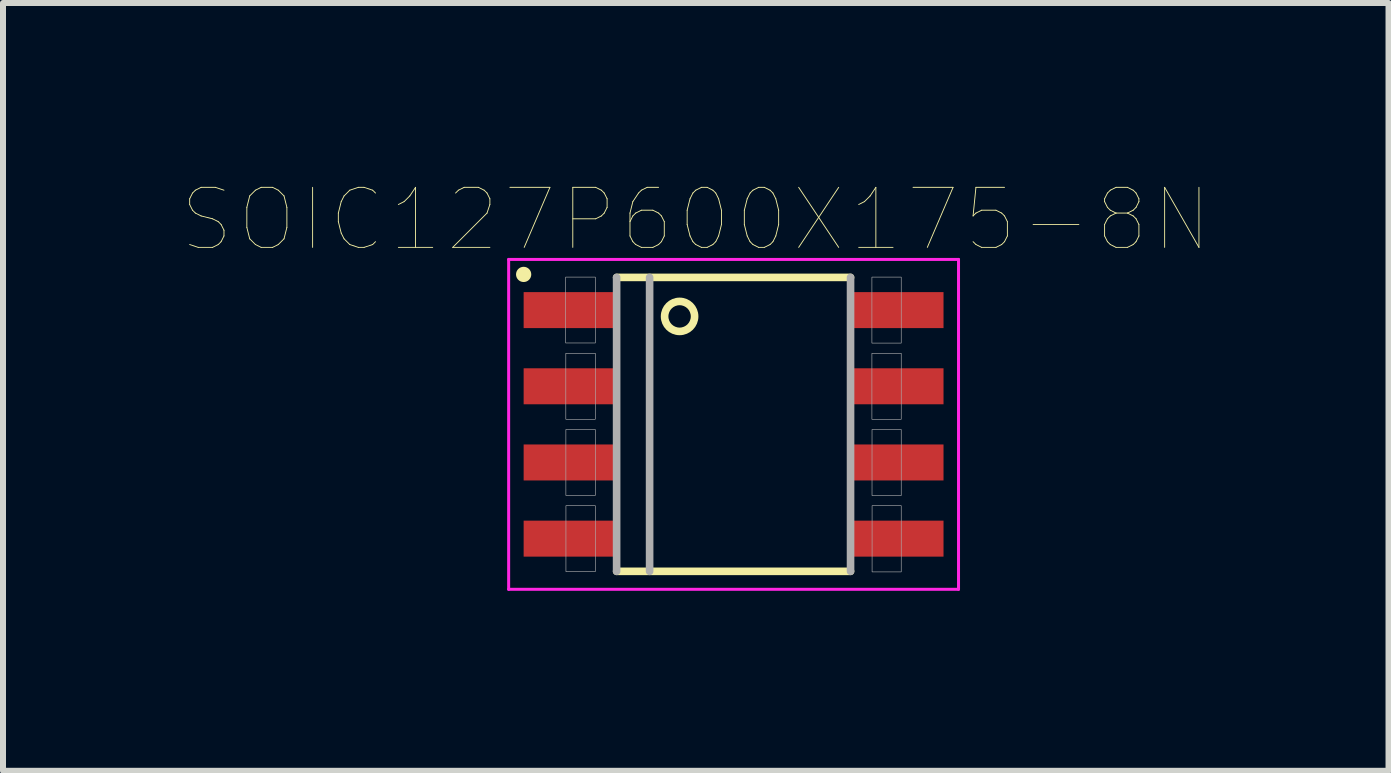
<source format=kicad_pcb>
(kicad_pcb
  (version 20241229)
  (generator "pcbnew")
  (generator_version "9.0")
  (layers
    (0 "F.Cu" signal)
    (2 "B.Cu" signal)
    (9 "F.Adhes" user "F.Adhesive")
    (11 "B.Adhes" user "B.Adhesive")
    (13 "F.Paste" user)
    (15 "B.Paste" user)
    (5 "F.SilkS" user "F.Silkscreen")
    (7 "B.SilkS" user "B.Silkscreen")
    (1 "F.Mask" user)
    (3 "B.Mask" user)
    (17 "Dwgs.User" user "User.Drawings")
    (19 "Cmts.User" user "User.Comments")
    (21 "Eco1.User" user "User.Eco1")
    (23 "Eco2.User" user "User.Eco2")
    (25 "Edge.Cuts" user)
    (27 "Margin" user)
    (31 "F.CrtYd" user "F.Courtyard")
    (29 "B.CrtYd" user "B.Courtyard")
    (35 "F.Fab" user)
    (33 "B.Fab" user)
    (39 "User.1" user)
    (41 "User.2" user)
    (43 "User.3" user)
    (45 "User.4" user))
  (footprint "SOIC127P600X175-8N"
    (layer "F.Cu")
    (at 9.18 4.025)
    (property "Reference" "SOIC127P600X175-8N" (at -0.631 -3.413 0) (layer "F.SilkS") (effects (font (size 1.001 1.001) (thickness 0.015))))
    (attr through_hole)
    (fp_line (start -1.95 -2.45) (end 1.95 -2.45) (stroke (width 0.127) (type solid)) (layer "F.SilkS"))
    (fp_line (start -1.95 2.45) (end 1.95 2.45) (stroke (width 0.127) (type solid)) (layer "F.SilkS"))
    (fp_circle (center -3.5 -2.5) (end -3.373 -2.5) (stroke (width 0) (type solid)) (fill yes) (layer "F.SilkS"))
    (fp_circle (center -0.9 -1.8) (end -0.65 -1.8) (stroke (width 0.127) (type solid)) (fill no) (layer "F.SilkS"))
    (fp_line (start -3.75 -2.75) (end 3.75 -2.75) (stroke (width 0.05) (type solid)) (layer "F.CrtYd"))
    (fp_line (start -3.75 2.75) (end -3.75 -2.75) (stroke (width 0.05) (type solid)) (layer "F.CrtYd"))
    (fp_line (start 3.75 -2.75) (end 3.75 2.75) (stroke (width 0.05) (type solid)) (layer "F.CrtYd"))
    (fp_line (start 3.75 2.75) (end -3.75 2.75) (stroke (width 0.05) (type solid)) (layer "F.CrtYd"))
    (fp_line (start -1.95 2.45) (end -1.95 -2.45) (stroke (width 0.127) (type solid)) (layer "F.Fab"))
    (fp_line (start -1.4 2.45) (end -1.4 -2.45) (stroke (width 0.127) (type solid)) (layer "F.Fab"))
    (fp_line (start 1.95 -2.45) (end 1.95 2.45) (stroke (width 0.127) (type solid)) (layer "F.Fab"))
    (fp_poly (pts (xy -2.8 -2.455) (xy -2.305 -2.455) (xy -2.305 -1.357) (xy -2.8 -1.357)) (stroke (width 0.01) (type solid)) (fill no) (layer "F.Fab"))
    (fp_poly (pts (xy -2.797 -1.185) (xy -2.305 -1.185) (xy -2.305 -0.085) (xy -2.797 -0.085)) (stroke (width 0.01) (type solid)) (fill no) (layer "F.Fab"))
    (fp_poly (pts (xy -2.796 0.085) (xy -2.305 0.085) (xy -2.305 1.185) (xy -2.796 1.185)) (stroke (width 0.01) (type solid)) (fill no) (layer "F.Fab"))
    (fp_poly (pts (xy -2.795 1.355) (xy -2.305 1.355) (xy -2.305 2.455) (xy -2.795 2.455)) (stroke (width 0.01) (type solid)) (fill no) (layer "F.Fab"))
    (fp_poly (pts (xy 2.306 -2.455) (xy 2.795 -2.455) (xy 2.795 -1.355) (xy 2.306 -1.355)) (stroke (width 0.01) (type solid)) (fill no) (layer "F.Fab"))
    (fp_poly (pts (xy 2.306 -1.185) (xy 2.795 -1.185) (xy 2.795 -0.085) (xy 2.306 -0.085)) (stroke (width 0.01) (type solid)) (fill no) (layer "F.Fab"))
    (fp_poly (pts (xy 2.308 0.085) (xy 2.795 0.085) (xy 2.795 1.187) (xy 2.308 1.187)) (stroke (width 0.01) (type solid)) (fill no) (layer "F.Fab"))
    (fp_poly (pts (xy 2.309 1.355) (xy 2.795 1.355) (xy 2.795 2.459) (xy 2.309 2.459)) (stroke (width 0.01) (type solid)) (fill no) (layer "F.Fab"))
    (pad "1" smd rect (at -2.7 -1.905) (size 1.6 0.6) (layers "F.Cu" "F.Mask" "F.Paste"))
    (pad "2" smd rect (at -2.7 -0.635) (size 1.6 0.6) (layers "F.Cu" "F.Mask" "F.Paste"))
    (pad "3" smd rect (at -2.7 0.635) (size 1.6 0.6) (layers "F.Cu" "F.Mask" "F.Paste"))
    (pad "4" smd rect (at -2.7 1.905) (size 1.6 0.6) (layers "F.Cu" "F.Mask" "F.Paste"))
    (pad "5" smd rect (at 2.7 1.905) (size 1.6 0.6) (layers "F.Cu" "F.Mask" "F.Paste"))
    (pad "6" smd rect (at 2.7 0.635) (size 1.6 0.6) (layers "F.Cu" "F.Mask" "F.Paste"))
    (pad "7" smd rect (at 2.7 -0.635) (size 1.6 0.6) (layers "F.Cu" "F.Mask" "F.Paste"))
    (pad "8" smd rect (at 2.7 -1.905) (size 1.6 0.6) (layers "F.Cu" "F.Mask" "F.Paste")))
  (gr_rect
    (start -3 -3)
    (end 20.099 9.8)
    (stroke (width 0.1) (type default))
    (fill no)
    (layer "Edge.Cuts")))
</source>
